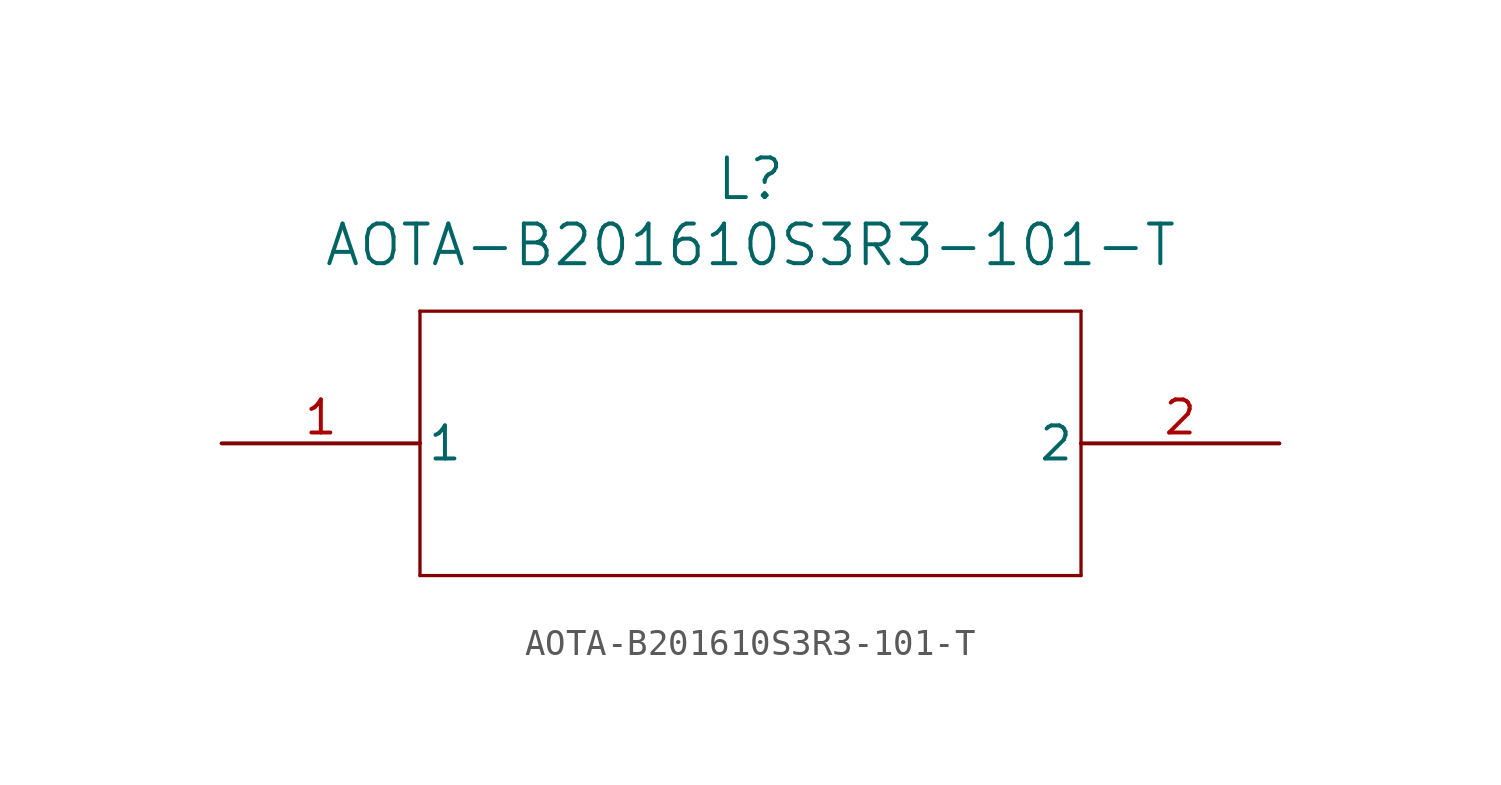
<source format=kicad_sym>
(kicad_symbol_lib
  (version 20211014)
  (generator kicad_symbol_editor)
  (symbol "AOTA-B201610S3R3-101-T"
    (pin_names
      (offset 0.254))
    (property "Reference" "L"
      (at 20.32 10.16 0)
      (effects (font (size 1.524 1.524))))
    (property "Value" "AOTA-B201610S3R3-101-T"
      (at 20.32 7.62 0)
      (effects (font (size 1.524 1.524))))
    (symbol "AOTA-B201610S3R3-101-T_0_1"
      (polyline (pts (xy 7.62 5.08) (xy 7.62 -5.08)) (stroke (width 0.127) (type default) (color 0 0 0 0)) (fill (type none)))
      (polyline (pts (xy 7.62 -5.08) (xy 33.02 -5.08)) (stroke (width 0.127) (type default) (color 0 0 0 0)) (fill (type none)))
      (polyline (pts (xy 33.02 -5.08) (xy 33.02 5.08)) (stroke (width 0.127) (type default) (color 0 0 0 0)) (fill (type none)))
      (polyline (pts (xy 33.02 5.08) (xy 7.62 5.08)) (stroke (width 0.127) (type default) (color 0 0 0 0)) (fill (type none)))
      (pin unspecified line (at 0 0 0) (length 7.62) (name "1" (effects (font (size 1.27 1.27)))) (number "1" (effects (font (size 1.27 1.27)))))
      (pin unspecified line (at 40.64 0 180) (length 7.62) (name "2" (effects (font (size 1.27 1.27)))) (number "2" (effects (font (size 1.27 1.27))))))))
</source>
